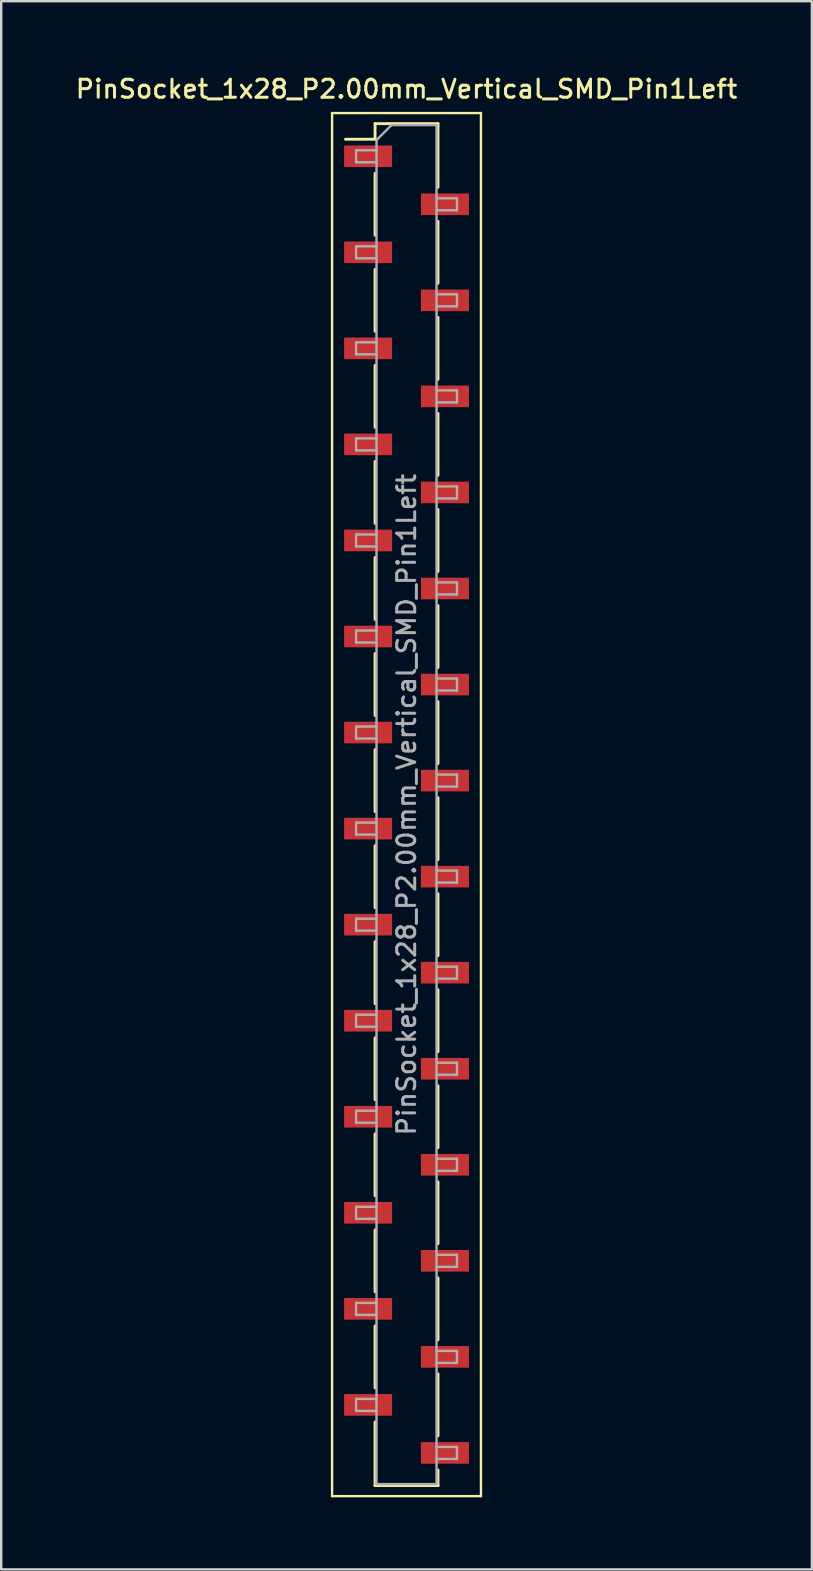
<source format=kicad_pcb>
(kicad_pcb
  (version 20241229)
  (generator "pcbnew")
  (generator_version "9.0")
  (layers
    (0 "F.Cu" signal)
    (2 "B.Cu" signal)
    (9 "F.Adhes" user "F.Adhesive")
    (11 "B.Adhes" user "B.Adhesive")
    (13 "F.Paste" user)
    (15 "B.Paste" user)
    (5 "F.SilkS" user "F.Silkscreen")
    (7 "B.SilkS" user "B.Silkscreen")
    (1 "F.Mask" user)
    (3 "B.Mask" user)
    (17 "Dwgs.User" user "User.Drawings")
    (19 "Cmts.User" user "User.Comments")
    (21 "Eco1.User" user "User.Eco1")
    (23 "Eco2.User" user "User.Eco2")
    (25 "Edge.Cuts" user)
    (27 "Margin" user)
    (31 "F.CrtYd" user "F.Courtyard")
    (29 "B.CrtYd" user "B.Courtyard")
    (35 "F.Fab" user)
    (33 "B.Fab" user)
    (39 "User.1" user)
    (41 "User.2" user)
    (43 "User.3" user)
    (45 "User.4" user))
  (footprint "PinSocket_1x28_P2.00mm_Vertical_SMD_Pin1Left"
    (layer "F.Cu")
    (at 13.88 30.458)
    (property "Reference" "PinSocket_1x28_P2.00mm_Vertical_SMD_Pin1Left" (at 0 -29.8 0) (layer "F.SilkS") (effects (font (size 0.75 0.75) (thickness 0.125))))
    (attr smd)
    (fp_line (start -3.1 -28.8) (end 3.1 -28.8) (stroke (width 0.1) (type solid)) (layer "F.SilkS"))
    (fp_line (start -3.1 28.8) (end -3.1 -28.8) (stroke (width 0.1) (type solid)) (layer "F.SilkS"))
    (fp_line (start -2.54 -27.71) (end -1.31 -27.71) (stroke (width 0.12) (type solid)) (layer "F.SilkS"))
    (fp_line (start -1.31 -28.36) (end -1.31 -27.71) (stroke (width 0.12) (type solid)) (layer "F.SilkS"))
    (fp_line (start -1.31 -28.36) (end 1.31 -28.36) (stroke (width 0.12) (type solid)) (layer "F.SilkS"))
    (fp_line (start -1.31 -26.29) (end -1.31 -23.71) (stroke (width 0.12) (type solid)) (layer "F.SilkS"))
    (fp_line (start -1.31 -22.29) (end -1.31 -19.71) (stroke (width 0.12) (type solid)) (layer "F.SilkS"))
    (fp_line (start -1.31 -18.29) (end -1.31 -15.71) (stroke (width 0.12) (type solid)) (layer "F.SilkS"))
    (fp_line (start -1.31 -14.29) (end -1.31 -11.71) (stroke (width 0.12) (type solid)) (layer "F.SilkS"))
    (fp_line (start -1.31 -10.29) (end -1.31 -7.71) (stroke (width 0.12) (type solid)) (layer "F.SilkS"))
    (fp_line (start -1.31 -6.29) (end -1.31 -3.71) (stroke (width 0.12) (type solid)) (layer "F.SilkS"))
    (fp_line (start -1.31 -2.29) (end -1.31 0.29) (stroke (width 0.12) (type solid)) (layer "F.SilkS"))
    (fp_line (start -1.31 1.71) (end -1.31 4.29) (stroke (width 0.12) (type solid)) (layer "F.SilkS"))
    (fp_line (start -1.31 5.71) (end -1.31 8.29) (stroke (width 0.12) (type solid)) (layer "F.SilkS"))
    (fp_line (start -1.31 9.71) (end -1.31 12.29) (stroke (width 0.12) (type solid)) (layer "F.SilkS"))
    (fp_line (start -1.31 13.71) (end -1.31 16.29) (stroke (width 0.12) (type solid)) (layer "F.SilkS"))
    (fp_line (start -1.31 17.71) (end -1.31 20.29) (stroke (width 0.12) (type solid)) (layer "F.SilkS"))
    (fp_line (start -1.31 21.71) (end -1.31 24.29) (stroke (width 0.12) (type solid)) (layer "F.SilkS"))
    (fp_line (start -1.31 25.71) (end -1.31 28.36) (stroke (width 0.12) (type solid)) (layer "F.SilkS"))
    (fp_line (start -1.31 28.36) (end 1.31 28.36) (stroke (width 0.12) (type solid)) (layer "F.SilkS"))
    (fp_line (start 1.31 -28.36) (end 1.31 -25.71) (stroke (width 0.12) (type solid)) (layer "F.SilkS"))
    (fp_line (start 1.31 -24.29) (end 1.31 -21.71) (stroke (width 0.12) (type solid)) (layer "F.SilkS"))
    (fp_line (start 1.31 -20.29) (end 1.31 -17.71) (stroke (width 0.12) (type solid)) (layer "F.SilkS"))
    (fp_line (start 1.31 -16.29) (end 1.31 -13.71) (stroke (width 0.12) (type solid)) (layer "F.SilkS"))
    (fp_line (start 1.31 -12.29) (end 1.31 -9.71) (stroke (width 0.12) (type solid)) (layer "F.SilkS"))
    (fp_line (start 1.31 -8.29) (end 1.31 -5.71) (stroke (width 0.12) (type solid)) (layer "F.SilkS"))
    (fp_line (start 1.31 -4.29) (end 1.31 -1.71) (stroke (width 0.12) (type solid)) (layer "F.SilkS"))
    (fp_line (start 1.31 -0.29) (end 1.31 2.29) (stroke (width 0.12) (type solid)) (layer "F.SilkS"))
    (fp_line (start 1.31 3.71) (end 1.31 6.29) (stroke (width 0.12) (type solid)) (layer "F.SilkS"))
    (fp_line (start 1.31 7.71) (end 1.31 10.29) (stroke (width 0.12) (type solid)) (layer "F.SilkS"))
    (fp_line (start 1.31 11.71) (end 1.31 14.29) (stroke (width 0.12) (type solid)) (layer "F.SilkS"))
    (fp_line (start 1.31 15.71) (end 1.31 18.29) (stroke (width 0.12) (type solid)) (layer "F.SilkS"))
    (fp_line (start 1.31 19.71) (end 1.31 22.29) (stroke (width 0.12) (type solid)) (layer "F.SilkS"))
    (fp_line (start 1.31 23.71) (end 1.31 26.29) (stroke (width 0.12) (type solid)) (layer "F.SilkS"))
    (fp_line (start 1.31 27.71) (end 1.31 28.36) (stroke (width 0.12) (type solid)) (layer "F.SilkS"))
    (fp_line (start 3.1 -28.8) (end 3.1 28.8) (stroke (width 0.1) (type solid)) (layer "F.SilkS"))
    (fp_line (start 3.1 28.8) (end -3.1 28.8) (stroke (width 0.1) (type solid)) (layer "F.SilkS"))
    (fp_line (start -2.1 -27.25) (end -1.25 -27.25) (stroke (width 0.1) (type solid)) (layer "F.Fab"))
    (fp_line (start -2.1 -26.75) (end -2.1 -27.25) (stroke (width 0.1) (type solid)) (layer "F.Fab"))
    (fp_line (start -2.1 -23.25) (end -1.25 -23.25) (stroke (width 0.1) (type solid)) (layer "F.Fab"))
    (fp_line (start -2.1 -22.75) (end -2.1 -23.25) (stroke (width 0.1) (type solid)) (layer "F.Fab"))
    (fp_line (start -2.1 -19.25) (end -1.25 -19.25) (stroke (width 0.1) (type solid)) (layer "F.Fab"))
    (fp_line (start -2.1 -18.75) (end -2.1 -19.25) (stroke (width 0.1) (type solid)) (layer "F.Fab"))
    (fp_line (start -2.1 -15.25) (end -1.25 -15.25) (stroke (width 0.1) (type solid)) (layer "F.Fab"))
    (fp_line (start -2.1 -14.75) (end -2.1 -15.25) (stroke (width 0.1) (type solid)) (layer "F.Fab"))
    (fp_line (start -2.1 -11.25) (end -1.25 -11.25) (stroke (width 0.1) (type solid)) (layer "F.Fab"))
    (fp_line (start -2.1 -10.75) (end -2.1 -11.25) (stroke (width 0.1) (type solid)) (layer "F.Fab"))
    (fp_line (start -2.1 -7.25) (end -1.25 -7.25) (stroke (width 0.1) (type solid)) (layer "F.Fab"))
    (fp_line (start -2.1 -6.75) (end -2.1 -7.25) (stroke (width 0.1) (type solid)) (layer "F.Fab"))
    (fp_line (start -2.1 -3.25) (end -1.25 -3.25) (stroke (width 0.1) (type solid)) (layer "F.Fab"))
    (fp_line (start -2.1 -2.75) (end -2.1 -3.25) (stroke (width 0.1) (type solid)) (layer "F.Fab"))
    (fp_line (start -2.1 0.75) (end -1.25 0.75) (stroke (width 0.1) (type solid)) (layer "F.Fab"))
    (fp_line (start -2.1 1.25) (end -2.1 0.75) (stroke (width 0.1) (type solid)) (layer "F.Fab"))
    (fp_line (start -2.1 4.75) (end -1.25 4.75) (stroke (width 0.1) (type solid)) (layer "F.Fab"))
    (fp_line (start -2.1 5.25) (end -2.1 4.75) (stroke (width 0.1) (type solid)) (layer "F.Fab"))
    (fp_line (start -2.1 8.75) (end -1.25 8.75) (stroke (width 0.1) (type solid)) (layer "F.Fab"))
    (fp_line (start -2.1 9.25) (end -2.1 8.75) (stroke (width 0.1) (type solid)) (layer "F.Fab"))
    (fp_line (start -2.1 12.75) (end -1.25 12.75) (stroke (width 0.1) (type solid)) (layer "F.Fab"))
    (fp_line (start -2.1 13.25) (end -2.1 12.75) (stroke (width 0.1) (type solid)) (layer "F.Fab"))
    (fp_line (start -2.1 16.75) (end -1.25 16.75) (stroke (width 0.1) (type solid)) (layer "F.Fab"))
    (fp_line (start -2.1 17.25) (end -2.1 16.75) (stroke (width 0.1) (type solid)) (layer "F.Fab"))
    (fp_line (start -2.1 20.75) (end -1.25 20.75) (stroke (width 0.1) (type solid)) (layer "F.Fab"))
    (fp_line (start -2.1 21.25) (end -2.1 20.75) (stroke (width 0.1) (type solid)) (layer "F.Fab"))
    (fp_line (start -2.1 24.75) (end -1.25 24.75) (stroke (width 0.1) (type solid)) (layer "F.Fab"))
    (fp_line (start -2.1 25.25) (end -2.1 24.75) (stroke (width 0.1) (type solid)) (layer "F.Fab"))
    (fp_line (start -1.25 -27.675) (end -0.625 -28.3) (stroke (width 0.1) (type solid)) (layer "F.Fab"))
    (fp_line (start -1.25 -26.75) (end -2.1 -26.75) (stroke (width 0.1) (type solid)) (layer "F.Fab"))
    (fp_line (start -1.25 -22.75) (end -2.1 -22.75) (stroke (width 0.1) (type solid)) (layer "F.Fab"))
    (fp_line (start -1.25 -18.75) (end -2.1 -18.75) (stroke (width 0.1) (type solid)) (layer "F.Fab"))
    (fp_line (start -1.25 -14.75) (end -2.1 -14.75) (stroke (width 0.1) (type solid)) (layer "F.Fab"))
    (fp_line (start -1.25 -10.75) (end -2.1 -10.75) (stroke (width 0.1) (type solid)) (layer "F.Fab"))
    (fp_line (start -1.25 -6.75) (end -2.1 -6.75) (stroke (width 0.1) (type solid)) (layer "F.Fab"))
    (fp_line (start -1.25 -2.75) (end -2.1 -2.75) (stroke (width 0.1) (type solid)) (layer "F.Fab"))
    (fp_line (start -1.25 1.25) (end -2.1 1.25) (stroke (width 0.1) (type solid)) (layer "F.Fab"))
    (fp_line (start -1.25 5.25) (end -2.1 5.25) (stroke (width 0.1) (type solid)) (layer "F.Fab"))
    (fp_line (start -1.25 9.25) (end -2.1 9.25) (stroke (width 0.1) (type solid)) (layer "F.Fab"))
    (fp_line (start -1.25 13.25) (end -2.1 13.25) (stroke (width 0.1) (type solid)) (layer "F.Fab"))
    (fp_line (start -1.25 17.25) (end -2.1 17.25) (stroke (width 0.1) (type solid)) (layer "F.Fab"))
    (fp_line (start -1.25 21.25) (end -2.1 21.25) (stroke (width 0.1) (type solid)) (layer "F.Fab"))
    (fp_line (start -1.25 25.25) (end -2.1 25.25) (stroke (width 0.1) (type solid)) (layer "F.Fab"))
    (fp_line (start -1.25 28.3) (end -1.25 -27.675) (stroke (width 0.1) (type solid)) (layer "F.Fab"))
    (fp_line (start -0.625 -28.3) (end 1.25 -28.3) (stroke (width 0.1) (type solid)) (layer "F.Fab"))
    (fp_line (start 1.25 -28.3) (end 1.25 28.3) (stroke (width 0.1) (type solid)) (layer "F.Fab"))
    (fp_line (start 1.25 -25.25) (end 2.1 -25.25) (stroke (width 0.1) (type solid)) (layer "F.Fab"))
    (fp_line (start 1.25 -21.25) (end 2.1 -21.25) (stroke (width 0.1) (type solid)) (layer "F.Fab"))
    (fp_line (start 1.25 -17.25) (end 2.1 -17.25) (stroke (width 0.1) (type solid)) (layer "F.Fab"))
    (fp_line (start 1.25 -13.25) (end 2.1 -13.25) (stroke (width 0.1) (type solid)) (layer "F.Fab"))
    (fp_line (start 1.25 -9.25) (end 2.1 -9.25) (stroke (width 0.1) (type solid)) (layer "F.Fab"))
    (fp_line (start 1.25 -5.25) (end 2.1 -5.25) (stroke (width 0.1) (type solid)) (layer "F.Fab"))
    (fp_line (start 1.25 -1.25) (end 2.1 -1.25) (stroke (width 0.1) (type solid)) (layer "F.Fab"))
    (fp_line (start 1.25 2.75) (end 2.1 2.75) (stroke (width 0.1) (type solid)) (layer "F.Fab"))
    (fp_line (start 1.25 6.75) (end 2.1 6.75) (stroke (width 0.1) (type solid)) (layer "F.Fab"))
    (fp_line (start 1.25 10.75) (end 2.1 10.75) (stroke (width 0.1) (type solid)) (layer "F.Fab"))
    (fp_line (start 1.25 14.75) (end 2.1 14.75) (stroke (width 0.1) (type solid)) (layer "F.Fab"))
    (fp_line (start 1.25 18.75) (end 2.1 18.75) (stroke (width 0.1) (type solid)) (layer "F.Fab"))
    (fp_line (start 1.25 22.75) (end 2.1 22.75) (stroke (width 0.1) (type solid)) (layer "F.Fab"))
    (fp_line (start 1.25 26.75) (end 2.1 26.75) (stroke (width 0.1) (type solid)) (layer "F.Fab"))
    (fp_line (start 1.25 28.3) (end -1.25 28.3) (stroke (width 0.1) (type solid)) (layer "F.Fab"))
    (fp_line (start 2.1 -25.25) (end 2.1 -24.75) (stroke (width 0.1) (type solid)) (layer "F.Fab"))
    (fp_line (start 2.1 -24.75) (end 1.25 -24.75) (stroke (width 0.1) (type solid)) (layer "F.Fab"))
    (fp_line (start 2.1 -21.25) (end 2.1 -20.75) (stroke (width 0.1) (type solid)) (layer "F.Fab"))
    (fp_line (start 2.1 -20.75) (end 1.25 -20.75) (stroke (width 0.1) (type solid)) (layer "F.Fab"))
    (fp_line (start 2.1 -17.25) (end 2.1 -16.75) (stroke (width 0.1) (type solid)) (layer "F.Fab"))
    (fp_line (start 2.1 -16.75) (end 1.25 -16.75) (stroke (width 0.1) (type solid)) (layer "F.Fab"))
    (fp_line (start 2.1 -13.25) (end 2.1 -12.75) (stroke (width 0.1) (type solid)) (layer "F.Fab"))
    (fp_line (start 2.1 -12.75) (end 1.25 -12.75) (stroke (width 0.1) (type solid)) (layer "F.Fab"))
    (fp_line (start 2.1 -9.25) (end 2.1 -8.75) (stroke (width 0.1) (type solid)) (layer "F.Fab"))
    (fp_line (start 2.1 -8.75) (end 1.25 -8.75) (stroke (width 0.1) (type solid)) (layer "F.Fab"))
    (fp_line (start 2.1 -5.25) (end 2.1 -4.75) (stroke (width 0.1) (type solid)) (layer "F.Fab"))
    (fp_line (start 2.1 -4.75) (end 1.25 -4.75) (stroke (width 0.1) (type solid)) (layer "F.Fab"))
    (fp_line (start 2.1 -1.25) (end 2.1 -0.75) (stroke (width 0.1) (type solid)) (layer "F.Fab"))
    (fp_line (start 2.1 -0.75) (end 1.25 -0.75) (stroke (width 0.1) (type solid)) (layer "F.Fab"))
    (fp_line (start 2.1 2.75) (end 2.1 3.25) (stroke (width 0.1) (type solid)) (layer "F.Fab"))
    (fp_line (start 2.1 3.25) (end 1.25 3.25) (stroke (width 0.1) (type solid)) (layer "F.Fab"))
    (fp_line (start 2.1 6.75) (end 2.1 7.25) (stroke (width 0.1) (type solid)) (layer "F.Fab"))
    (fp_line (start 2.1 7.25) (end 1.25 7.25) (stroke (width 0.1) (type solid)) (layer "F.Fab"))
    (fp_line (start 2.1 10.75) (end 2.1 11.25) (stroke (width 0.1) (type solid)) (layer "F.Fab"))
    (fp_line (start 2.1 11.25) (end 1.25 11.25) (stroke (width 0.1) (type solid)) (layer "F.Fab"))
    (fp_line (start 2.1 14.75) (end 2.1 15.25) (stroke (width 0.1) (type solid)) (layer "F.Fab"))
    (fp_line (start 2.1 15.25) (end 1.25 15.25) (stroke (width 0.1) (type solid)) (layer "F.Fab"))
    (fp_line (start 2.1 18.75) (end 2.1 19.25) (stroke (width 0.1) (type solid)) (layer "F.Fab"))
    (fp_line (start 2.1 19.25) (end 1.25 19.25) (stroke (width 0.1) (type solid)) (layer "F.Fab"))
    (fp_line (start 2.1 22.75) (end 2.1 23.25) (stroke (width 0.1) (type solid)) (layer "F.Fab"))
    (fp_line (start 2.1 23.25) (end 1.25 23.25) (stroke (width 0.1) (type solid)) (layer "F.Fab"))
    (fp_line (start 2.1 26.75) (end 2.1 27.25) (stroke (width 0.1) (type solid)) (layer "F.Fab"))
    (fp_line (start 2.1 27.25) (end 1.25 27.25) (stroke (width 0.1) (type solid)) (layer "F.Fab"))
    (fp_text user "${REFERENCE}" (at 0 0 90) (layer "F.Fab") (effects (font (size 0.75 0.75) (thickness 0.125))))
    (pad "1" smd rect (at -1.6 -27) (size 2 0.9) (layers "F.Cu" "F.Mask" "F.Paste"))
    (pad "2" smd rect (at 1.6 -25) (size 2 0.9) (layers "F.Cu" "F.Mask" "F.Paste"))
    (pad "3" smd rect (at -1.6 -23) (size 2 0.9) (layers "F.Cu" "F.Mask" "F.Paste"))
    (pad "4" smd rect (at 1.6 -21) (size 2 0.9) (layers "F.Cu" "F.Mask" "F.Paste"))
    (pad "5" smd rect (at -1.6 -19) (size 2 0.9) (layers "F.Cu" "F.Mask" "F.Paste"))
    (pad "6" smd rect (at 1.6 -17) (size 2 0.9) (layers "F.Cu" "F.Mask" "F.Paste"))
    (pad "7" smd rect (at -1.6 -15) (size 2 0.9) (layers "F.Cu" "F.Mask" "F.Paste"))
    (pad "8" smd rect (at 1.6 -13) (size 2 0.9) (layers "F.Cu" "F.Mask" "F.Paste"))
    (pad "9" smd rect (at -1.6 -11) (size 2 0.9) (layers "F.Cu" "F.Mask" "F.Paste"))
    (pad "10" smd rect (at 1.6 -9) (size 2 0.9) (layers "F.Cu" "F.Mask" "F.Paste"))
    (pad "11" smd rect (at -1.6 -7) (size 2 0.9) (layers "F.Cu" "F.Mask" "F.Paste"))
    (pad "12" smd rect (at 1.6 -5) (size 2 0.9) (layers "F.Cu" "F.Mask" "F.Paste"))
    (pad "13" smd rect (at -1.6 -3) (size 2 0.9) (layers "F.Cu" "F.Mask" "F.Paste"))
    (pad "14" smd rect (at 1.6 -1) (size 2 0.9) (layers "F.Cu" "F.Mask" "F.Paste"))
    (pad "15" smd rect (at -1.6 1) (size 2 0.9) (layers "F.Cu" "F.Mask" "F.Paste"))
    (pad "16" smd rect (at 1.6 3) (size 2 0.9) (layers "F.Cu" "F.Mask" "F.Paste"))
    (pad "17" smd rect (at -1.6 5) (size 2 0.9) (layers "F.Cu" "F.Mask" "F.Paste"))
    (pad "18" smd rect (at 1.6 7) (size 2 0.9) (layers "F.Cu" "F.Mask" "F.Paste"))
    (pad "19" smd rect (at -1.6 9) (size 2 0.9) (layers "F.Cu" "F.Mask" "F.Paste"))
    (pad "20" smd rect (at 1.6 11) (size 2 0.9) (layers "F.Cu" "F.Mask" "F.Paste"))
    (pad "21" smd rect (at -1.6 13) (size 2 0.9) (layers "F.Cu" "F.Mask" "F.Paste"))
    (pad "22" smd rect (at 1.6 15) (size 2 0.9) (layers "F.Cu" "F.Mask" "F.Paste"))
    (pad "23" smd rect (at -1.6 17) (size 2 0.9) (layers "F.Cu" "F.Mask" "F.Paste"))
    (pad "24" smd rect (at 1.6 19) (size 2 0.9) (layers "F.Cu" "F.Mask" "F.Paste"))
    (pad "25" smd rect (at -1.6 21) (size 2 0.9) (layers "F.Cu" "F.Mask" "F.Paste"))
    (pad "26" smd rect (at 1.6 23) (size 2 0.9) (layers "F.Cu" "F.Mask" "F.Paste"))
    (pad "27" smd rect (at -1.6 25) (size 2 0.9) (layers "F.Cu" "F.Mask" "F.Paste"))
    (pad "28" smd rect (at 1.6 27) (size 2 0.9) (layers "F.Cu" "F.Mask" "F.Paste")))
  (gr_rect
    (start -3 -3)
    (end 30.761 62.308)
    (stroke (width 0.1) (type default))
    (fill no)
    (layer "Edge.Cuts")))
</source>
